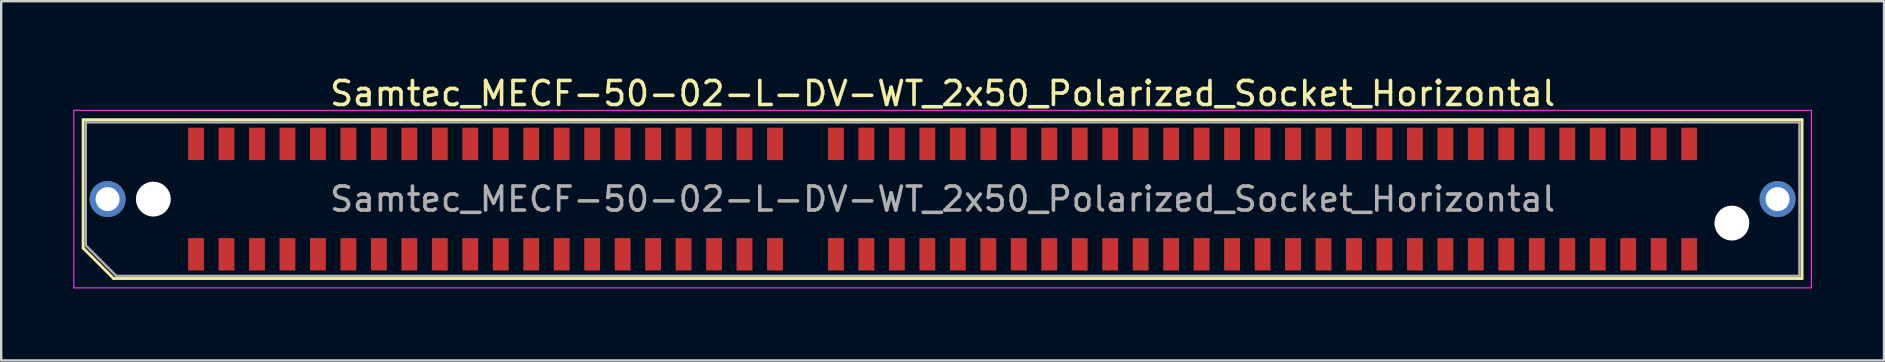
<source format=kicad_pcb>
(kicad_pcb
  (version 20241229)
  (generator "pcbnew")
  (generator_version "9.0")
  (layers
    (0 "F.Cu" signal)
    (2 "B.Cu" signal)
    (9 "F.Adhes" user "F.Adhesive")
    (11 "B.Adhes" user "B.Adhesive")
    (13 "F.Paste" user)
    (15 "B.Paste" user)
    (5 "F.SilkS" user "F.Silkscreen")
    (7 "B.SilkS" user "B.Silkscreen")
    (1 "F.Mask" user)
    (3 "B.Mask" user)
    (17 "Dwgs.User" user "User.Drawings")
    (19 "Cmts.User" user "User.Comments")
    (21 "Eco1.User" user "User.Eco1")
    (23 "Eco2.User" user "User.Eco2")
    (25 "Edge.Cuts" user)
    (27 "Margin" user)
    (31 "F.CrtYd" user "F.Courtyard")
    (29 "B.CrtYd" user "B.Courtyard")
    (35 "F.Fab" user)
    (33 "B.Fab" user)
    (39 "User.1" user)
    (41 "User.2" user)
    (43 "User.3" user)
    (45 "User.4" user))
  (footprint "Samtec_MECF-50-02-L-DV-WT_2x50_Polarized_Socket_Horizontal"
    (layer "F.Cu")
    (at 36.235 5.248)
    (property "Reference" "Samtec_MECF-50-02-L-DV-WT_2x50_Polarized_Socket_Horizontal" (at 0 -4.4 0) (layer "F.SilkS") (effects (font (size 1 1) (thickness 0.15))))
    (attr smd)
    (fp_line (start -35.82 -3.31) (end 35.82 -3.31) (stroke (width 0.12) (type solid)) (layer "F.SilkS"))
    (fp_line (start -35.82 2.04) (end -35.82 -3.31) (stroke (width 0.12) (type solid)) (layer "F.SilkS"))
    (fp_line (start -34.55 3.31) (end -35.82 2.04) (stroke (width 0.12) (type solid)) (layer "F.SilkS"))
    (fp_line (start -34.55 3.31) (end 35.82 3.31) (stroke (width 0.12) (type solid)) (layer "F.SilkS"))
    (fp_line (start 35.82 3.31) (end 35.82 -3.31) (stroke (width 0.12) (type solid)) (layer "F.SilkS"))
    (fp_line (start -36.21 -3.7) (end -36.21 3.7) (stroke (width 0.05) (type solid)) (layer "F.CrtYd"))
    (fp_line (start -36.21 3.7) (end 36.21 3.7) (stroke (width 0.05) (type solid)) (layer "F.CrtYd"))
    (fp_line (start 36.21 -3.7) (end -36.21 -3.7) (stroke (width 0.05) (type solid)) (layer "F.CrtYd"))
    (fp_line (start 36.21 3.7) (end 36.21 -3.7) (stroke (width 0.05) (type solid)) (layer "F.CrtYd"))
    (fp_line (start -35.71 -3.2) (end 35.71 -3.2) (stroke (width 0.1) (type solid)) (layer "F.Fab"))
    (fp_line (start -35.71 1.93) (end -35.71 -3.2) (stroke (width 0.1) (type solid)) (layer "F.Fab"))
    (fp_line (start -35.71 1.93) (end -34.44 3.2) (stroke (width 0.1) (type solid)) (layer "F.Fab"))
    (fp_line (start -34.44 3.2) (end 35.71 3.2) (stroke (width 0.1) (type solid)) (layer "F.Fab"))
    (fp_line (start 35.71 3.2) (end 35.71 -3.2) (stroke (width 0.1) (type solid)) (layer "F.Fab"))
    (fp_text user "${REFERENCE}" (at 0 0 0) (layer "F.Fab") (effects (font (size 1 1) (thickness 0.15))))
    (pad "" thru_hole circle (at -34.8 0) (size 1.5 1.5) (drill 1) (layers "*.Cu" "*.Mask"))
    (pad "" np_thru_hole circle (at -32.895 0) (size 1.45 1.45) (drill 1.45) (layers "*.Cu" "*.Mask"))
    (pad "" np_thru_hole circle (at 32.895 1) (size 1.45 1.45) (drill 1.45) (layers "*.Cu" "*.Mask"))
    (pad "" thru_hole circle (at 34.8 0) (size 1.5 1.5) (drill 1) (layers "*.Cu" "*.Mask"))
    (pad "1" smd rect (at -31.115 2.3) (size 0.66 1.35) (layers "F.Cu" "F.Mask" "F.Paste"))
    (pad "2" smd rect (at -31.115 -2.3) (size 0.66 1.35) (layers "F.Cu" "F.Mask" "F.Paste"))
    (pad "3" smd rect (at -29.845 2.3) (size 0.66 1.35) (layers "F.Cu" "F.Mask" "F.Paste"))
    (pad "4" smd rect (at -29.845 -2.3) (size 0.66 1.35) (layers "F.Cu" "F.Mask" "F.Paste"))
    (pad "5" smd rect (at -28.575 2.3) (size 0.66 1.35) (layers "F.Cu" "F.Mask" "F.Paste"))
    (pad "6" smd rect (at -28.575 -2.3) (size 0.66 1.35) (layers "F.Cu" "F.Mask" "F.Paste"))
    (pad "7" smd rect (at -27.305 2.3) (size 0.66 1.35) (layers "F.Cu" "F.Mask" "F.Paste"))
    (pad "8" smd rect (at -27.305 -2.3) (size 0.66 1.35) (layers "F.Cu" "F.Mask" "F.Paste"))
    (pad "9" smd rect (at -26.035 2.3) (size 0.66 1.35) (layers "F.Cu" "F.Mask" "F.Paste"))
    (pad "10" smd rect (at -26.035 -2.3) (size 0.66 1.35) (layers "F.Cu" "F.Mask" "F.Paste"))
    (pad "11" smd rect (at -24.765 2.3) (size 0.66 1.35) (layers "F.Cu" "F.Mask" "F.Paste"))
    (pad "12" smd rect (at -24.765 -2.3) (size 0.66 1.35) (layers "F.Cu" "F.Mask" "F.Paste"))
    (pad "13" smd rect (at -23.495 2.3) (size 0.66 1.35) (layers "F.Cu" "F.Mask" "F.Paste"))
    (pad "14" smd rect (at -23.495 -2.3) (size 0.66 1.35) (layers "F.Cu" "F.Mask" "F.Paste"))
    (pad "15" smd rect (at -22.225 2.3) (size 0.66 1.35) (layers "F.Cu" "F.Mask" "F.Paste"))
    (pad "16" smd rect (at -22.225 -2.3) (size 0.66 1.35) (layers "F.Cu" "F.Mask" "F.Paste"))
    (pad "17" smd rect (at -20.955 2.3) (size 0.66 1.35) (layers "F.Cu" "F.Mask" "F.Paste"))
    (pad "18" smd rect (at -20.955 -2.3) (size 0.66 1.35) (layers "F.Cu" "F.Mask" "F.Paste"))
    (pad "19" smd rect (at -19.685 2.3) (size 0.66 1.35) (layers "F.Cu" "F.Mask" "F.Paste"))
    (pad "20" smd rect (at -19.685 -2.3) (size 0.66 1.35) (layers "F.Cu" "F.Mask" "F.Paste"))
    (pad "21" smd rect (at -18.415 2.3) (size 0.66 1.35) (layers "F.Cu" "F.Mask" "F.Paste"))
    (pad "22" smd rect (at -18.415 -2.3) (size 0.66 1.35) (layers "F.Cu" "F.Mask" "F.Paste"))
    (pad "23" smd rect (at -17.145 2.3) (size 0.66 1.35) (layers "F.Cu" "F.Mask" "F.Paste"))
    (pad "24" smd rect (at -17.145 -2.3) (size 0.66 1.35) (layers "F.Cu" "F.Mask" "F.Paste"))
    (pad "25" smd rect (at -15.875 2.3) (size 0.66 1.35) (layers "F.Cu" "F.Mask" "F.Paste"))
    (pad "26" smd rect (at -15.875 -2.3) (size 0.66 1.35) (layers "F.Cu" "F.Mask" "F.Paste"))
    (pad "27" smd rect (at -14.605 2.3) (size 0.66 1.35) (layers "F.Cu" "F.Mask" "F.Paste"))
    (pad "28" smd rect (at -14.605 -2.3) (size 0.66 1.35) (layers "F.Cu" "F.Mask" "F.Paste"))
    (pad "29" smd rect (at -13.335 2.3) (size 0.66 1.35) (layers "F.Cu" "F.Mask" "F.Paste"))
    (pad "30" smd rect (at -13.335 -2.3) (size 0.66 1.35) (layers "F.Cu" "F.Mask" "F.Paste"))
    (pad "31" smd rect (at -12.065 2.3) (size 0.66 1.35) (layers "F.Cu" "F.Mask" "F.Paste"))
    (pad "32" smd rect (at -12.065 -2.3) (size 0.66 1.35) (layers "F.Cu" "F.Mask" "F.Paste"))
    (pad "33" smd rect (at -10.795 2.3) (size 0.66 1.35) (layers "F.Cu" "F.Mask" "F.Paste"))
    (pad "34" smd rect (at -10.795 -2.3) (size 0.66 1.35) (layers "F.Cu" "F.Mask" "F.Paste"))
    (pad "35" smd rect (at -9.525 2.3) (size 0.66 1.35) (layers "F.Cu" "F.Mask" "F.Paste"))
    (pad "36" smd rect (at -9.525 -2.3) (size 0.66 1.35) (layers "F.Cu" "F.Mask" "F.Paste"))
    (pad "37" smd rect (at -8.255 2.3) (size 0.66 1.35) (layers "F.Cu" "F.Mask" "F.Paste"))
    (pad "38" smd rect (at -8.255 -2.3) (size 0.66 1.35) (layers "F.Cu" "F.Mask" "F.Paste"))
    (pad "39" smd rect (at -6.985 2.3) (size 0.66 1.35) (layers "F.Cu" "F.Mask" "F.Paste"))
    (pad "40" smd rect (at -6.985 -2.3) (size 0.66 1.35) (layers "F.Cu" "F.Mask" "F.Paste"))
    (pad "43" smd rect (at -4.445 2.3) (size 0.66 1.35) (layers "F.Cu" "F.Mask" "F.Paste"))
    (pad "44" smd rect (at -4.445 -2.3) (size 0.66 1.35) (layers "F.Cu" "F.Mask" "F.Paste"))
    (pad "45" smd rect (at -3.175 2.3) (size 0.66 1.35) (layers "F.Cu" "F.Mask" "F.Paste"))
    (pad "46" smd rect (at -3.175 -2.3) (size 0.66 1.35) (layers "F.Cu" "F.Mask" "F.Paste"))
    (pad "47" smd rect (at -1.905 2.3) (size 0.66 1.35) (layers "F.Cu" "F.Mask" "F.Paste"))
    (pad "48" smd rect (at -1.905 -2.3) (size 0.66 1.35) (layers "F.Cu" "F.Mask" "F.Paste"))
    (pad "49" smd rect (at -0.635 2.3) (size 0.66 1.35) (layers "F.Cu" "F.Mask" "F.Paste"))
    (pad "50" smd rect (at -0.635 -2.3) (size 0.66 1.35) (layers "F.Cu" "F.Mask" "F.Paste"))
    (pad "51" smd rect (at 0.635 2.3) (size 0.66 1.35) (layers "F.Cu" "F.Mask" "F.Paste"))
    (pad "52" smd rect (at 0.635 -2.3) (size 0.66 1.35) (layers "F.Cu" "F.Mask" "F.Paste"))
    (pad "53" smd rect (at 1.905 2.3) (size 0.66 1.35) (layers "F.Cu" "F.Mask" "F.Paste"))
    (pad "54" smd rect (at 1.905 -2.3) (size 0.66 1.35) (layers "F.Cu" "F.Mask" "F.Paste"))
    (pad "55" smd rect (at 3.175 2.3) (size 0.66 1.35) (layers "F.Cu" "F.Mask" "F.Paste"))
    (pad "56" smd rect (at 3.175 -2.3) (size 0.66 1.35) (layers "F.Cu" "F.Mask" "F.Paste"))
    (pad "57" smd rect (at 4.445 2.3) (size 0.66 1.35) (layers "F.Cu" "F.Mask" "F.Paste"))
    (pad "58" smd rect (at 4.445 -2.3) (size 0.66 1.35) (layers "F.Cu" "F.Mask" "F.Paste"))
    (pad "59" smd rect (at 5.715 2.3) (size 0.66 1.35) (layers "F.Cu" "F.Mask" "F.Paste"))
    (pad "60" smd rect (at 5.715 -2.3) (size 0.66 1.35) (layers "F.Cu" "F.Mask" "F.Paste"))
    (pad "61" smd rect (at 6.985 2.3) (size 0.66 1.35) (layers "F.Cu" "F.Mask" "F.Paste"))
    (pad "62" smd rect (at 6.985 -2.3) (size 0.66 1.35) (layers "F.Cu" "F.Mask" "F.Paste"))
    (pad "63" smd rect (at 8.255 2.3) (size 0.66 1.35) (layers "F.Cu" "F.Mask" "F.Paste"))
    (pad "64" smd rect (at 8.255 -2.3) (size 0.66 1.35) (layers "F.Cu" "F.Mask" "F.Paste"))
    (pad "65" smd rect (at 9.525 2.3) (size 0.66 1.35) (layers "F.Cu" "F.Mask" "F.Paste"))
    (pad "66" smd rect (at 9.525 -2.3) (size 0.66 1.35) (layers "F.Cu" "F.Mask" "F.Paste"))
    (pad "67" smd rect (at 10.795 2.3) (size 0.66 1.35) (layers "F.Cu" "F.Mask" "F.Paste"))
    (pad "68" smd rect (at 10.795 -2.3) (size 0.66 1.35) (layers "F.Cu" "F.Mask" "F.Paste"))
    (pad "69" smd rect (at 12.065 2.3) (size 0.66 1.35) (layers "F.Cu" "F.Mask" "F.Paste"))
    (pad "70" smd rect (at 12.065 -2.3) (size 0.66 1.35) (layers "F.Cu" "F.Mask" "F.Paste"))
    (pad "71" smd rect (at 13.335 2.3) (size 0.66 1.35) (layers "F.Cu" "F.Mask" "F.Paste"))
    (pad "72" smd rect (at 13.335 -2.3) (size 0.66 1.35) (layers "F.Cu" "F.Mask" "F.Paste"))
    (pad "73" smd rect (at 14.605 2.3) (size 0.66 1.35) (layers "F.Cu" "F.Mask" "F.Paste"))
    (pad "74" smd rect (at 14.605 -2.3) (size 0.66 1.35) (layers "F.Cu" "F.Mask" "F.Paste"))
    (pad "75" smd rect (at 15.875 2.3) (size 0.66 1.35) (layers "F.Cu" "F.Mask" "F.Paste"))
    (pad "76" smd rect (at 15.875 -2.3) (size 0.66 1.35) (layers "F.Cu" "F.Mask" "F.Paste"))
    (pad "77" smd rect (at 17.145 2.3) (size 0.66 1.35) (layers "F.Cu" "F.Mask" "F.Paste"))
    (pad "78" smd rect (at 17.145 -2.3) (size 0.66 1.35) (layers "F.Cu" "F.Mask" "F.Paste"))
    (pad "79" smd rect (at 18.415 2.3) (size 0.66 1.35) (layers "F.Cu" "F.Mask" "F.Paste"))
    (pad "80" smd rect (at 18.415 -2.3) (size 0.66 1.35) (layers "F.Cu" "F.Mask" "F.Paste"))
    (pad "81" smd rect (at 19.685 2.3) (size 0.66 1.35) (layers "F.Cu" "F.Mask" "F.Paste"))
    (pad "82" smd rect (at 19.685 -2.3) (size 0.66 1.35) (layers "F.Cu" "F.Mask" "F.Paste"))
    (pad "83" smd rect (at 20.955 2.3) (size 0.66 1.35) (layers "F.Cu" "F.Mask" "F.Paste"))
    (pad "84" smd rect (at 20.955 -2.3) (size 0.66 1.35) (layers "F.Cu" "F.Mask" "F.Paste"))
    (pad "85" smd rect (at 22.225 2.3) (size 0.66 1.35) (layers "F.Cu" "F.Mask" "F.Paste"))
    (pad "86" smd rect (at 22.225 -2.3) (size 0.66 1.35) (layers "F.Cu" "F.Mask" "F.Paste"))
    (pad "87" smd rect (at 23.495 2.3) (size 0.66 1.35) (layers "F.Cu" "F.Mask" "F.Paste"))
    (pad "88" smd rect (at 23.495 -2.3) (size 0.66 1.35) (layers "F.Cu" "F.Mask" "F.Paste"))
    (pad "89" smd rect (at 24.765 2.3) (size 0.66 1.35) (layers "F.Cu" "F.Mask" "F.Paste"))
    (pad "90" smd rect (at 24.765 -2.3) (size 0.66 1.35) (layers "F.Cu" "F.Mask" "F.Paste"))
    (pad "91" smd rect (at 26.035 2.3) (size 0.66 1.35) (layers "F.Cu" "F.Mask" "F.Paste"))
    (pad "92" smd rect (at 26.035 -2.3) (size 0.66 1.35) (layers "F.Cu" "F.Mask" "F.Paste"))
    (pad "93" smd rect (at 27.305 2.3) (size 0.66 1.35) (layers "F.Cu" "F.Mask" "F.Paste"))
    (pad "94" smd rect (at 27.305 -2.3) (size 0.66 1.35) (layers "F.Cu" "F.Mask" "F.Paste"))
    (pad "95" smd rect (at 28.575 2.3) (size 0.66 1.35) (layers "F.Cu" "F.Mask" "F.Paste"))
    (pad "96" smd rect (at 28.575 -2.3) (size 0.66 1.35) (layers "F.Cu" "F.Mask" "F.Paste"))
    (pad "97" smd rect (at 29.845 2.3) (size 0.66 1.35) (layers "F.Cu" "F.Mask" "F.Paste"))
    (pad "98" smd rect (at 29.845 -2.3) (size 0.66 1.35) (layers "F.Cu" "F.Mask" "F.Paste"))
    (pad "99" smd rect (at 31.115 2.3) (size 0.66 1.35) (layers "F.Cu" "F.Mask" "F.Paste"))
    (pad "100" smd rect (at 31.115 -2.3) (size 0.66 1.35) (layers "F.Cu" "F.Mask" "F.Paste")))
  (gr_rect
    (start -3 -3)
    (end 75.47 11.973)
    (stroke (width 0.1) (type default))
    (fill no)
    (layer "Edge.Cuts")))
</source>
